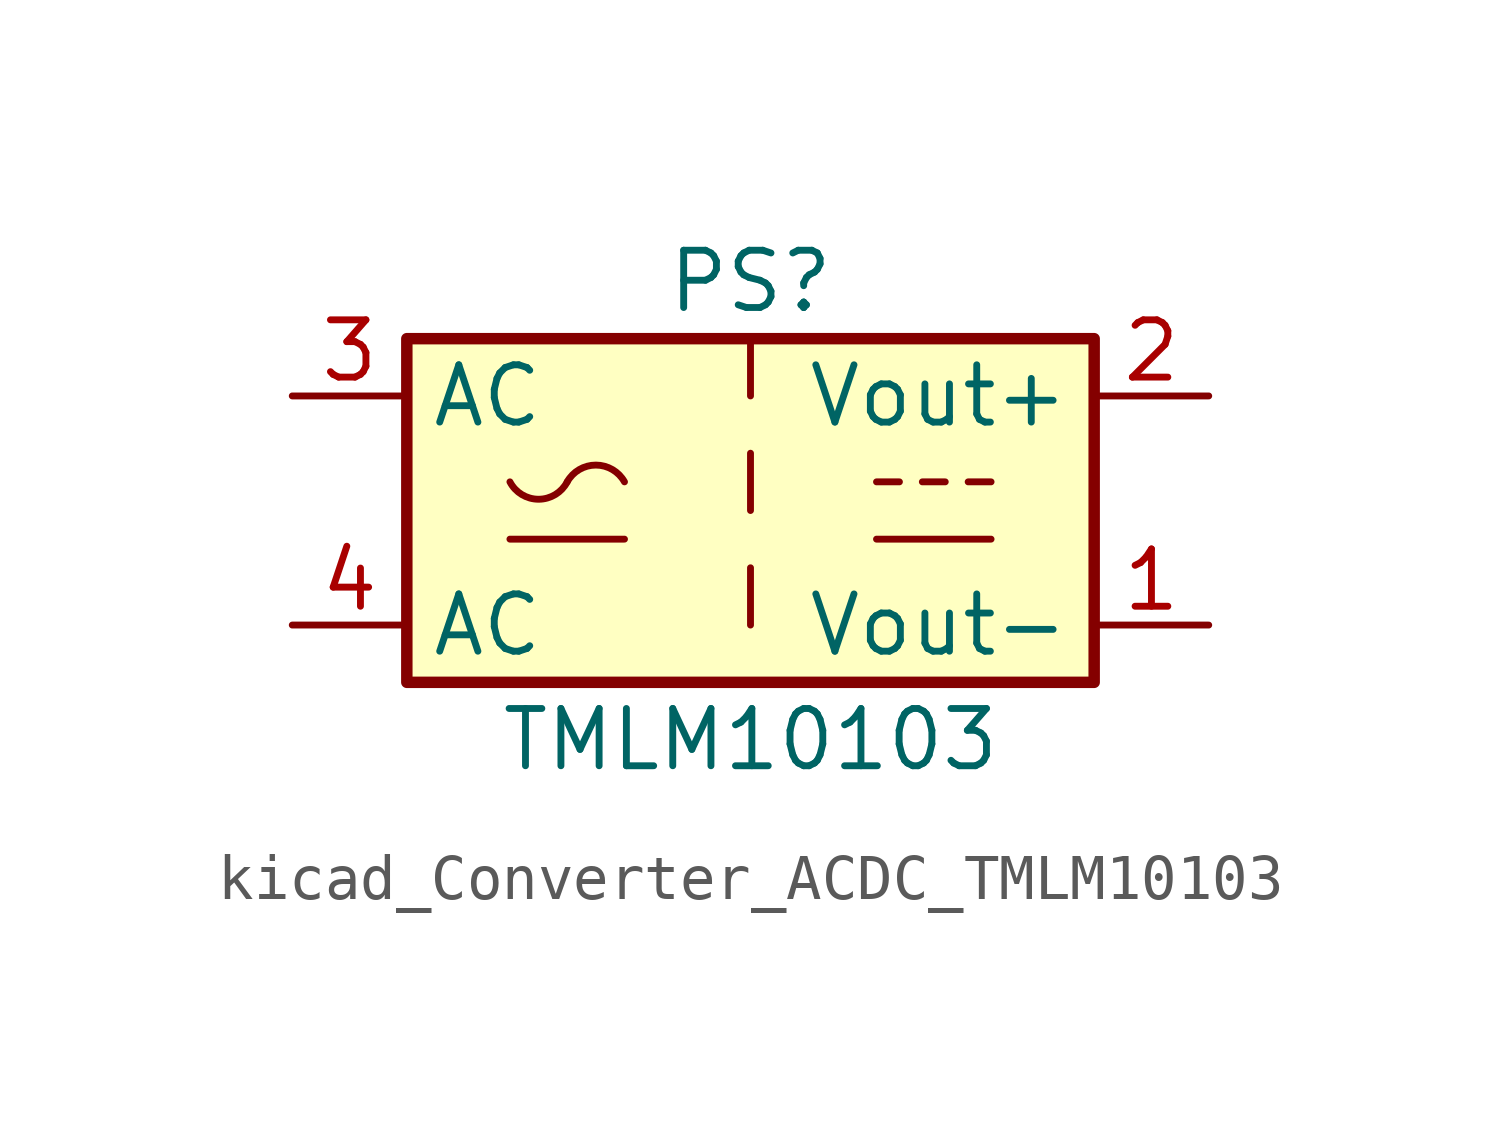
<source format=kicad_sym>
(kicad_symbol_lib
  (version 20220914)
  (generator kicad_symbol_editor)
  (symbol "kicad_Converter_ACDC_TMLM10103"
    (property "Reference" "PS"
      (at 0 5.08 0)
      (effects (font (size 1.27 1.27))))
    (property "Value" "TMLM10103"
      (at 0 -5.08 0)
      (effects (font (size 1.27 1.27))))
    (symbol "kicad_Converter_ACDC_TMLM10103_0_1"
      (rectangle (start -7.62 3.81) (end 7.62 -3.81) (stroke (width 0.254) (type default)) (fill (type background)))
      (arc (start -5.334 0.635) (mid -4.699 0.2495) (end -4.064 0.635) (stroke (width 0) (type default)) (fill (type none)))
      (arc (start -2.794 0.635) (mid -3.429 1.0072) (end -4.064 0.635) (stroke (width 0) (type default)) (fill (type none)))
      (polyline (pts (xy -5.334 -0.635) (xy -2.794 -0.635)) (stroke (width 0) (type default)) (fill (type none)))
      (polyline (pts (xy 2.794 -0.635) (xy 5.334 -0.635)) (stroke (width 0) (type default)) (fill (type none)))
      (polyline (pts (xy 2.794 0.635) (xy 3.302 0.635)) (stroke (width 0) (type default)) (fill (type none)))
      (polyline (pts (xy 3.81 0.635) (xy 4.318 0.635)) (stroke (width 0) (type default)) (fill (type none)))
      (polyline (pts (xy 4.826 0.635) (xy 5.334 0.635)) (stroke (width 0) (type default)) (fill (type none))))
    (symbol "kicad_Converter_ACDC_TMLM10103_1_1"
      (polyline (pts (xy 0 -1.27) (xy 0 -2.54)) (stroke (width 0) (type default)) (fill (type none)))
      (polyline (pts (xy 0 1.27) (xy 0 0)) (stroke (width 0) (type default)) (fill (type none)))
      (polyline (pts (xy 0 3.81) (xy 0 2.54)) (stroke (width 0) (type default)) (fill (type none)))
      (pin power_out line (at 10.16 -2.54 180) (length 2.54) (name "Vout-" (effects (font (size 1.27 1.27)))) (number "1" (effects (font (size 1.27 1.27)))))
      (pin power_out line (at 10.16 2.54 180) (length 2.54) (name "Vout+" (effects (font (size 1.27 1.27)))) (number "2" (effects (font (size 1.27 1.27)))))
      (pin power_in line (at -10.16 2.54 0) (length 2.54) (name "AC" (effects (font (size 1.27 1.27)))) (number "3" (effects (font (size 1.27 1.27)))))
      (pin power_in line (at -10.16 -2.54 0) (length 2.54) (name "AC" (effects (font (size 1.27 1.27)))) (number "4" (effects (font (size 1.27 1.27))))))))
</source>
